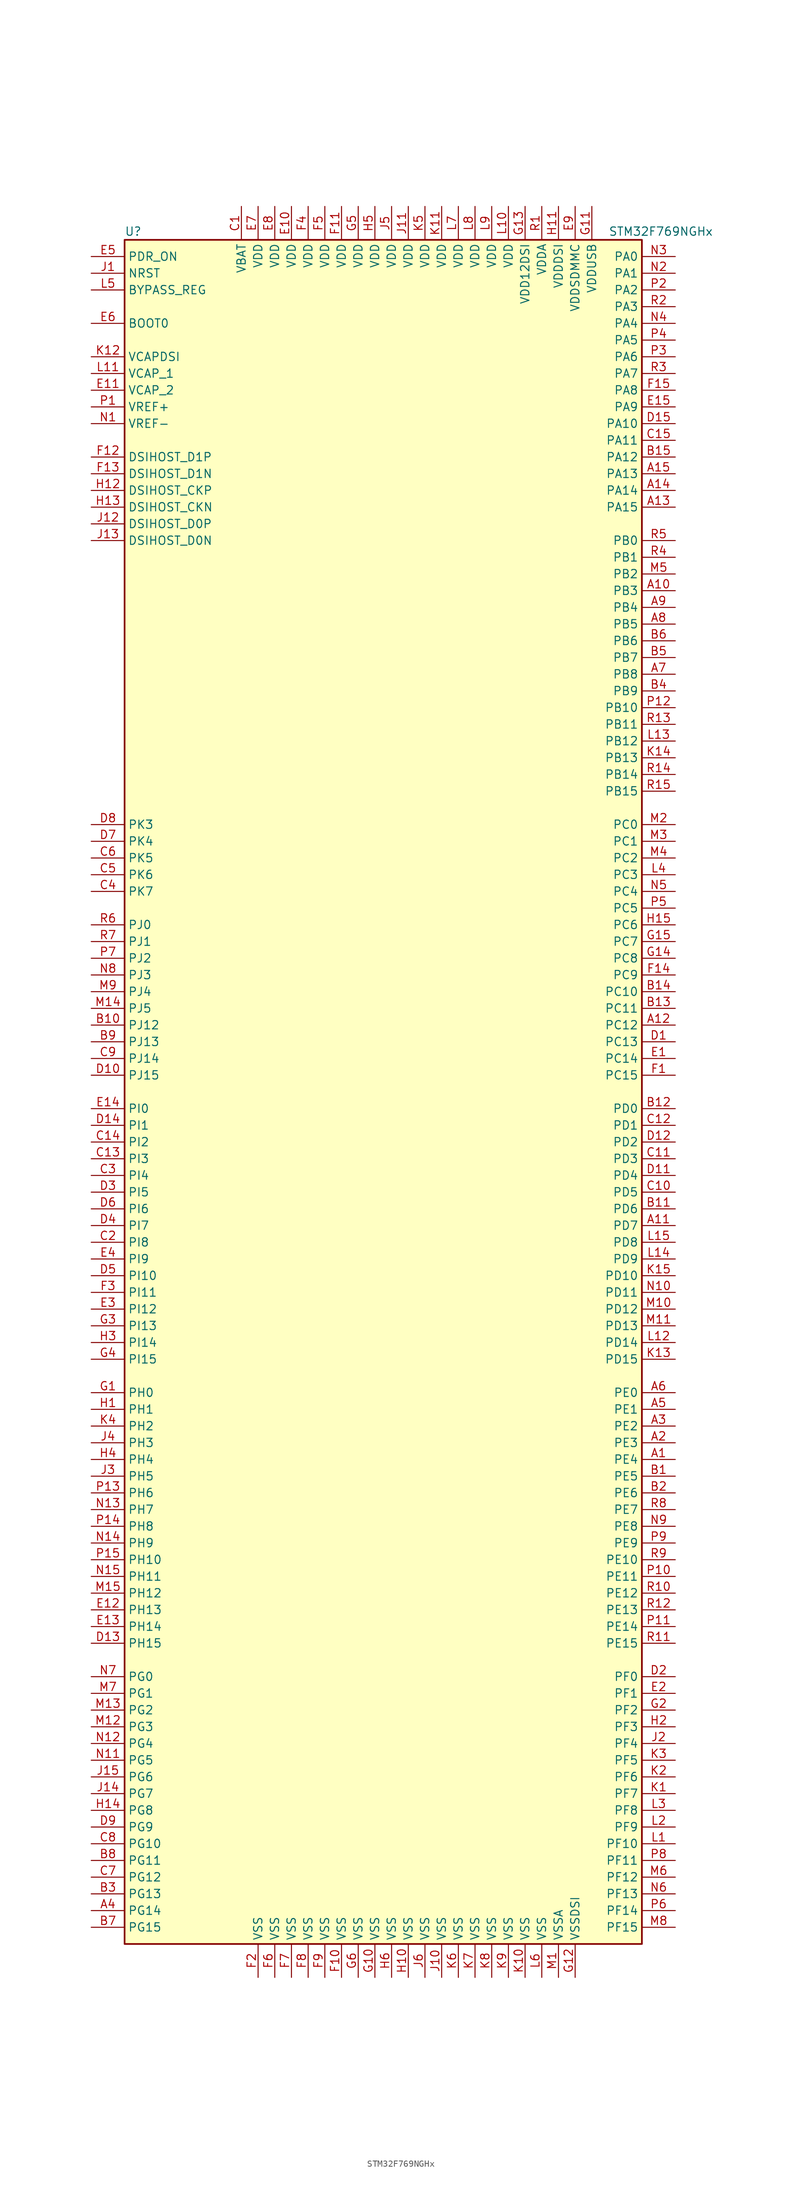
<source format=kicad_sym>
(kicad_symbol_lib
  (version 20211014)
  (generator kicad_symbol_editor)
  (symbol "STM32F769NGHx"
    (property "Reference" "U"
      (at -40.64 130.81 0)
      (effects (font (size 1.27 1.27)) (justify left)))
    (property "Value" "STM32F769NGHx"
      (at 33.02 130.81 0)
      (effects (font (size 1.27 1.27)) (justify left)))
    (symbol "STM32F769NGHx_0_1"
      (rectangle (start -40.64 -129.54) (end 38.1 129.54) (stroke (width 0.254) (type default) (color 0 0 0 0)) (fill (type background))))
    (symbol "STM32F769NGHx_1_1"
      (pin bidirectional line (at 43.18 -55.88 180) (length 5.08) (name "PE4" (effects (font (size 1.27 1.27)))) (number "A1" (effects (font (size 1.27 1.27)))))
      (pin bidirectional line (at 43.18 76.2 180) (length 5.08) (name "PB3" (effects (font (size 1.27 1.27)))) (number "A10" (effects (font (size 1.27 1.27)))))
      (pin bidirectional line (at 43.18 -20.32 180) (length 5.08) (name "PD7" (effects (font (size 1.27 1.27)))) (number "A11" (effects (font (size 1.27 1.27)))))
      (pin bidirectional line (at 43.18 10.16 180) (length 5.08) (name "PC12" (effects (font (size 1.27 1.27)))) (number "A12" (effects (font (size 1.27 1.27)))))
      (pin bidirectional line (at 43.18 88.9 180) (length 5.08) (name "PA15" (effects (font (size 1.27 1.27)))) (number "A13" (effects (font (size 1.27 1.27)))))
      (pin bidirectional line (at 43.18 91.44 180) (length 5.08) (name "PA14" (effects (font (size 1.27 1.27)))) (number "A14" (effects (font (size 1.27 1.27)))))
      (pin bidirectional line (at 43.18 93.98 180) (length 5.08) (name "PA13" (effects (font (size 1.27 1.27)))) (number "A15" (effects (font (size 1.27 1.27)))))
      (pin bidirectional line (at 43.18 -53.34 180) (length 5.08) (name "PE3" (effects (font (size 1.27 1.27)))) (number "A2" (effects (font (size 1.27 1.27)))))
      (pin bidirectional line (at 43.18 -50.8 180) (length 5.08) (name "PE2" (effects (font (size 1.27 1.27)))) (number "A3" (effects (font (size 1.27 1.27)))))
      (pin bidirectional line (at -45.72 -124.46 0) (length 5.08) (name "PG14" (effects (font (size 1.27 1.27)))) (number "A4" (effects (font (size 1.27 1.27)))))
      (pin bidirectional line (at 43.18 -48.26 180) (length 5.08) (name "PE1" (effects (font (size 1.27 1.27)))) (number "A5" (effects (font (size 1.27 1.27)))))
      (pin bidirectional line (at 43.18 -45.72 180) (length 5.08) (name "PE0" (effects (font (size 1.27 1.27)))) (number "A6" (effects (font (size 1.27 1.27)))))
      (pin bidirectional line (at 43.18 63.5 180) (length 5.08) (name "PB8" (effects (font (size 1.27 1.27)))) (number "A7" (effects (font (size 1.27 1.27)))))
      (pin bidirectional line (at 43.18 71.12 180) (length 5.08) (name "PB5" (effects (font (size 1.27 1.27)))) (number "A8" (effects (font (size 1.27 1.27)))))
      (pin bidirectional line (at 43.18 73.66 180) (length 5.08) (name "PB4" (effects (font (size 1.27 1.27)))) (number "A9" (effects (font (size 1.27 1.27)))))
      (pin bidirectional line (at 43.18 -58.42 180) (length 5.08) (name "PE5" (effects (font (size 1.27 1.27)))) (number "B1" (effects (font (size 1.27 1.27)))))
      (pin bidirectional line (at -45.72 10.16 0) (length 5.08) (name "PJ12" (effects (font (size 1.27 1.27)))) (number "B10" (effects (font (size 1.27 1.27)))))
      (pin bidirectional line (at 43.18 -17.78 180) (length 5.08) (name "PD6" (effects (font (size 1.27 1.27)))) (number "B11" (effects (font (size 1.27 1.27)))))
      (pin bidirectional line (at 43.18 -2.54 180) (length 5.08) (name "PD0" (effects (font (size 1.27 1.27)))) (number "B12" (effects (font (size 1.27 1.27)))))
      (pin bidirectional line (at 43.18 12.7 180) (length 5.08) (name "PC11" (effects (font (size 1.27 1.27)))) (number "B13" (effects (font (size 1.27 1.27)))))
      (pin bidirectional line (at 43.18 15.24 180) (length 5.08) (name "PC10" (effects (font (size 1.27 1.27)))) (number "B14" (effects (font (size 1.27 1.27)))))
      (pin bidirectional line (at 43.18 96.52 180) (length 5.08) (name "PA12" (effects (font (size 1.27 1.27)))) (number "B15" (effects (font (size 1.27 1.27)))))
      (pin bidirectional line (at 43.18 -60.96 180) (length 5.08) (name "PE6" (effects (font (size 1.27 1.27)))) (number "B2" (effects (font (size 1.27 1.27)))))
      (pin bidirectional line (at -45.72 -121.92 0) (length 5.08) (name "PG13" (effects (font (size 1.27 1.27)))) (number "B3" (effects (font (size 1.27 1.27)))))
      (pin bidirectional line (at 43.18 60.96 180) (length 5.08) (name "PB9" (effects (font (size 1.27 1.27)))) (number "B4" (effects (font (size 1.27 1.27)))))
      (pin bidirectional line (at 43.18 66.04 180) (length 5.08) (name "PB7" (effects (font (size 1.27 1.27)))) (number "B5" (effects (font (size 1.27 1.27)))))
      (pin bidirectional line (at 43.18 68.58 180) (length 5.08) (name "PB6" (effects (font (size 1.27 1.27)))) (number "B6" (effects (font (size 1.27 1.27)))))
      (pin bidirectional line (at -45.72 -127 0) (length 5.08) (name "PG15" (effects (font (size 1.27 1.27)))) (number "B7" (effects (font (size 1.27 1.27)))))
      (pin bidirectional line (at -45.72 -116.84 0) (length 5.08) (name "PG11" (effects (font (size 1.27 1.27)))) (number "B8" (effects (font (size 1.27 1.27)))))
      (pin bidirectional line (at -45.72 7.62 0) (length 5.08) (name "PJ13" (effects (font (size 1.27 1.27)))) (number "B9" (effects (font (size 1.27 1.27)))))
      (pin power_in line (at -22.86 134.62 270) (length 5.08) (name "VBAT" (effects (font (size 1.27 1.27)))) (number "C1" (effects (font (size 1.27 1.27)))))
      (pin bidirectional line (at 43.18 -15.24 180) (length 5.08) (name "PD5" (effects (font (size 1.27 1.27)))) (number "C10" (effects (font (size 1.27 1.27)))))
      (pin bidirectional line (at 43.18 -10.16 180) (length 5.08) (name "PD3" (effects (font (size 1.27 1.27)))) (number "C11" (effects (font (size 1.27 1.27)))))
      (pin bidirectional line (at 43.18 -5.08 180) (length 5.08) (name "PD1" (effects (font (size 1.27 1.27)))) (number "C12" (effects (font (size 1.27 1.27)))))
      (pin bidirectional line (at -45.72 -10.16 0) (length 5.08) (name "PI3" (effects (font (size 1.27 1.27)))) (number "C13" (effects (font (size 1.27 1.27)))))
      (pin bidirectional line (at -45.72 -7.62 0) (length 5.08) (name "PI2" (effects (font (size 1.27 1.27)))) (number "C14" (effects (font (size 1.27 1.27)))))
      (pin bidirectional line (at 43.18 99.06 180) (length 5.08) (name "PA11" (effects (font (size 1.27 1.27)))) (number "C15" (effects (font (size 1.27 1.27)))))
      (pin bidirectional line (at -45.72 -22.86 0) (length 5.08) (name "PI8" (effects (font (size 1.27 1.27)))) (number "C2" (effects (font (size 1.27 1.27)))))
      (pin bidirectional line (at -45.72 -12.7 0) (length 5.08) (name "PI4" (effects (font (size 1.27 1.27)))) (number "C3" (effects (font (size 1.27 1.27)))))
      (pin bidirectional line (at -45.72 30.48 0) (length 5.08) (name "PK7" (effects (font (size 1.27 1.27)))) (number "C4" (effects (font (size 1.27 1.27)))))
      (pin bidirectional line (at -45.72 33.02 0) (length 5.08) (name "PK6" (effects (font (size 1.27 1.27)))) (number "C5" (effects (font (size 1.27 1.27)))))
      (pin bidirectional line (at -45.72 35.56 0) (length 5.08) (name "PK5" (effects (font (size 1.27 1.27)))) (number "C6" (effects (font (size 1.27 1.27)))))
      (pin bidirectional line (at -45.72 -119.38 0) (length 5.08) (name "PG12" (effects (font (size 1.27 1.27)))) (number "C7" (effects (font (size 1.27 1.27)))))
      (pin bidirectional line (at -45.72 -114.3 0) (length 5.08) (name "PG10" (effects (font (size 1.27 1.27)))) (number "C8" (effects (font (size 1.27 1.27)))))
      (pin bidirectional line (at -45.72 5.08 0) (length 5.08) (name "PJ14" (effects (font (size 1.27 1.27)))) (number "C9" (effects (font (size 1.27 1.27)))))
      (pin bidirectional line (at 43.18 7.62 180) (length 5.08) (name "PC13" (effects (font (size 1.27 1.27)))) (number "D1" (effects (font (size 1.27 1.27)))))
      (pin bidirectional line (at -45.72 2.54 0) (length 5.08) (name "PJ15" (effects (font (size 1.27 1.27)))) (number "D10" (effects (font (size 1.27 1.27)))))
      (pin bidirectional line (at 43.18 -12.7 180) (length 5.08) (name "PD4" (effects (font (size 1.27 1.27)))) (number "D11" (effects (font (size 1.27 1.27)))))
      (pin bidirectional line (at 43.18 -7.62 180) (length 5.08) (name "PD2" (effects (font (size 1.27 1.27)))) (number "D12" (effects (font (size 1.27 1.27)))))
      (pin bidirectional line (at -45.72 -83.82 0) (length 5.08) (name "PH15" (effects (font (size 1.27 1.27)))) (number "D13" (effects (font (size 1.27 1.27)))))
      (pin bidirectional line (at -45.72 -5.08 0) (length 5.08) (name "PI1" (effects (font (size 1.27 1.27)))) (number "D14" (effects (font (size 1.27 1.27)))))
      (pin bidirectional line (at 43.18 101.6 180) (length 5.08) (name "PA10" (effects (font (size 1.27 1.27)))) (number "D15" (effects (font (size 1.27 1.27)))))
      (pin bidirectional line (at 43.18 -88.9 180) (length 5.08) (name "PF0" (effects (font (size 1.27 1.27)))) (number "D2" (effects (font (size 1.27 1.27)))))
      (pin bidirectional line (at -45.72 -15.24 0) (length 5.08) (name "PI5" (effects (font (size 1.27 1.27)))) (number "D3" (effects (font (size 1.27 1.27)))))
      (pin bidirectional line (at -45.72 -20.32 0) (length 5.08) (name "PI7" (effects (font (size 1.27 1.27)))) (number "D4" (effects (font (size 1.27 1.27)))))
      (pin bidirectional line (at -45.72 -27.94 0) (length 5.08) (name "PI10" (effects (font (size 1.27 1.27)))) (number "D5" (effects (font (size 1.27 1.27)))))
      (pin bidirectional line (at -45.72 -17.78 0) (length 5.08) (name "PI6" (effects (font (size 1.27 1.27)))) (number "D6" (effects (font (size 1.27 1.27)))))
      (pin bidirectional line (at -45.72 38.1 0) (length 5.08) (name "PK4" (effects (font (size 1.27 1.27)))) (number "D7" (effects (font (size 1.27 1.27)))))
      (pin bidirectional line (at -45.72 40.64 0) (length 5.08) (name "PK3" (effects (font (size 1.27 1.27)))) (number "D8" (effects (font (size 1.27 1.27)))))
      (pin bidirectional line (at -45.72 -111.76 0) (length 5.08) (name "PG9" (effects (font (size 1.27 1.27)))) (number "D9" (effects (font (size 1.27 1.27)))))
      (pin bidirectional line (at 43.18 5.08 180) (length 5.08) (name "PC14" (effects (font (size 1.27 1.27)))) (number "E1" (effects (font (size 1.27 1.27)))))
      (pin power_in line (at -15.24 134.62 270) (length 5.08) (name "VDD" (effects (font (size 1.27 1.27)))) (number "E10" (effects (font (size 1.27 1.27)))))
      (pin power_in line (at -45.72 106.68 0) (length 5.08) (name "VCAP_2" (effects (font (size 1.27 1.27)))) (number "E11" (effects (font (size 1.27 1.27)))))
      (pin bidirectional line (at -45.72 -78.74 0) (length 5.08) (name "PH13" (effects (font (size 1.27 1.27)))) (number "E12" (effects (font (size 1.27 1.27)))))
      (pin bidirectional line (at -45.72 -81.28 0) (length 5.08) (name "PH14" (effects (font (size 1.27 1.27)))) (number "E13" (effects (font (size 1.27 1.27)))))
      (pin bidirectional line (at -45.72 -2.54 0) (length 5.08) (name "PI0" (effects (font (size 1.27 1.27)))) (number "E14" (effects (font (size 1.27 1.27)))))
      (pin bidirectional line (at 43.18 104.14 180) (length 5.08) (name "PA9" (effects (font (size 1.27 1.27)))) (number "E15" (effects (font (size 1.27 1.27)))))
      (pin bidirectional line (at 43.18 -91.44 180) (length 5.08) (name "PF1" (effects (font (size 1.27 1.27)))) (number "E2" (effects (font (size 1.27 1.27)))))
      (pin bidirectional line (at -45.72 -33.02 0) (length 5.08) (name "PI12" (effects (font (size 1.27 1.27)))) (number "E3" (effects (font (size 1.27 1.27)))))
      (pin bidirectional line (at -45.72 -25.4 0) (length 5.08) (name "PI9" (effects (font (size 1.27 1.27)))) (number "E4" (effects (font (size 1.27 1.27)))))
      (pin input line (at -45.72 127 0) (length 5.08) (name "PDR_ON" (effects (font (size 1.27 1.27)))) (number "E5" (effects (font (size 1.27 1.27)))))
      (pin input line (at -45.72 116.84 0) (length 5.08) (name "BOOT0" (effects (font (size 1.27 1.27)))) (number "E6" (effects (font (size 1.27 1.27)))))
      (pin power_in line (at -20.32 134.62 270) (length 5.08) (name "VDD" (effects (font (size 1.27 1.27)))) (number "E7" (effects (font (size 1.27 1.27)))))
      (pin power_in line (at -17.78 134.62 270) (length 5.08) (name "VDD" (effects (font (size 1.27 1.27)))) (number "E8" (effects (font (size 1.27 1.27)))))
      (pin power_in line (at 27.94 134.62 270) (length 5.08) (name "VDDSDMMC" (effects (font (size 1.27 1.27)))) (number "E9" (effects (font (size 1.27 1.27)))))
      (pin bidirectional line (at 43.18 2.54 180) (length 5.08) (name "PC15" (effects (font (size 1.27 1.27)))) (number "F1" (effects (font (size 1.27 1.27)))))
      (pin power_in line (at -7.62 -134.62 90) (length 5.08) (name "VSS" (effects (font (size 1.27 1.27)))) (number "F10" (effects (font (size 1.27 1.27)))))
      (pin power_in line (at -7.62 134.62 270) (length 5.08) (name "VDD" (effects (font (size 1.27 1.27)))) (number "F11" (effects (font (size 1.27 1.27)))))
      (pin bidirectional line (at -45.72 96.52 0) (length 5.08) (name "DSIHOST_D1P" (effects (font (size 1.27 1.27)))) (number "F12" (effects (font (size 1.27 1.27)))))
      (pin bidirectional line (at -45.72 93.98 0) (length 5.08) (name "DSIHOST_D1N" (effects (font (size 1.27 1.27)))) (number "F13" (effects (font (size 1.27 1.27)))))
      (pin bidirectional line (at 43.18 17.78 180) (length 5.08) (name "PC9" (effects (font (size 1.27 1.27)))) (number "F14" (effects (font (size 1.27 1.27)))))
      (pin bidirectional line (at 43.18 106.68 180) (length 5.08) (name "PA8" (effects (font (size 1.27 1.27)))) (number "F15" (effects (font (size 1.27 1.27)))))
      (pin power_in line (at -20.32 -134.62 90) (length 5.08) (name "VSS" (effects (font (size 1.27 1.27)))) (number "F2" (effects (font (size 1.27 1.27)))))
      (pin bidirectional line (at -45.72 -30.48 0) (length 5.08) (name "PI11" (effects (font (size 1.27 1.27)))) (number "F3" (effects (font (size 1.27 1.27)))))
      (pin power_in line (at -12.7 134.62 270) (length 5.08) (name "VDD" (effects (font (size 1.27 1.27)))) (number "F4" (effects (font (size 1.27 1.27)))))
      (pin power_in line (at -10.16 134.62 270) (length 5.08) (name "VDD" (effects (font (size 1.27 1.27)))) (number "F5" (effects (font (size 1.27 1.27)))))
      (pin power_in line (at -17.78 -134.62 90) (length 5.08) (name "VSS" (effects (font (size 1.27 1.27)))) (number "F6" (effects (font (size 1.27 1.27)))))
      (pin power_in line (at -15.24 -134.62 90) (length 5.08) (name "VSS" (effects (font (size 1.27 1.27)))) (number "F7" (effects (font (size 1.27 1.27)))))
      (pin power_in line (at -12.7 -134.62 90) (length 5.08) (name "VSS" (effects (font (size 1.27 1.27)))) (number "F8" (effects (font (size 1.27 1.27)))))
      (pin power_in line (at -10.16 -134.62 90) (length 5.08) (name "VSS" (effects (font (size 1.27 1.27)))) (number "F9" (effects (font (size 1.27 1.27)))))
      (pin input line (at -45.72 -45.72 0) (length 5.08) (name "PH0" (effects (font (size 1.27 1.27)))) (number "G1" (effects (font (size 1.27 1.27)))))
      (pin power_in line (at -2.54 -134.62 90) (length 5.08) (name "VSS" (effects (font (size 1.27 1.27)))) (number "G10" (effects (font (size 1.27 1.27)))))
      (pin power_in line (at 30.48 134.62 270) (length 5.08) (name "VDDUSB" (effects (font (size 1.27 1.27)))) (number "G11" (effects (font (size 1.27 1.27)))))
      (pin power_in line (at 27.94 -134.62 90) (length 5.08) (name "VSSDSI" (effects (font (size 1.27 1.27)))) (number "G12" (effects (font (size 1.27 1.27)))))
      (pin power_in line (at 20.32 134.62 270) (length 5.08) (name "VDD12DSI" (effects (font (size 1.27 1.27)))) (number "G13" (effects (font (size 1.27 1.27)))))
      (pin bidirectional line (at 43.18 20.32 180) (length 5.08) (name "PC8" (effects (font (size 1.27 1.27)))) (number "G14" (effects (font (size 1.27 1.27)))))
      (pin bidirectional line (at 43.18 22.86 180) (length 5.08) (name "PC7" (effects (font (size 1.27 1.27)))) (number "G15" (effects (font (size 1.27 1.27)))))
      (pin bidirectional line (at 43.18 -93.98 180) (length 5.08) (name "PF2" (effects (font (size 1.27 1.27)))) (number "G2" (effects (font (size 1.27 1.27)))))
      (pin bidirectional line (at -45.72 -35.56 0) (length 5.08) (name "PI13" (effects (font (size 1.27 1.27)))) (number "G3" (effects (font (size 1.27 1.27)))))
      (pin bidirectional line (at -45.72 -40.64 0) (length 5.08) (name "PI15" (effects (font (size 1.27 1.27)))) (number "G4" (effects (font (size 1.27 1.27)))))
      (pin power_in line (at -5.08 134.62 270) (length 5.08) (name "VDD" (effects (font (size 1.27 1.27)))) (number "G5" (effects (font (size 1.27 1.27)))))
      (pin power_in line (at -5.08 -134.62 90) (length 5.08) (name "VSS" (effects (font (size 1.27 1.27)))) (number "G6" (effects (font (size 1.27 1.27)))))
      (pin input line (at -45.72 -48.26 0) (length 5.08) (name "PH1" (effects (font (size 1.27 1.27)))) (number "H1" (effects (font (size 1.27 1.27)))))
      (pin power_in line (at 2.54 -134.62 90) (length 5.08) (name "VSS" (effects (font (size 1.27 1.27)))) (number "H10" (effects (font (size 1.27 1.27)))))
      (pin power_in line (at 25.4 134.62 270) (length 5.08) (name "VDDDSI" (effects (font (size 1.27 1.27)))) (number "H11" (effects (font (size 1.27 1.27)))))
      (pin bidirectional line (at -45.72 91.44 0) (length 5.08) (name "DSIHOST_CKP" (effects (font (size 1.27 1.27)))) (number "H12" (effects (font (size 1.27 1.27)))))
      (pin bidirectional line (at -45.72 88.9 0) (length 5.08) (name "DSIHOST_CKN" (effects (font (size 1.27 1.27)))) (number "H13" (effects (font (size 1.27 1.27)))))
      (pin bidirectional line (at -45.72 -109.22 0) (length 5.08) (name "PG8" (effects (font (size 1.27 1.27)))) (number "H14" (effects (font (size 1.27 1.27)))))
      (pin bidirectional line (at 43.18 25.4 180) (length 5.08) (name "PC6" (effects (font (size 1.27 1.27)))) (number "H15" (effects (font (size 1.27 1.27)))))
      (pin bidirectional line (at 43.18 -96.52 180) (length 5.08) (name "PF3" (effects (font (size 1.27 1.27)))) (number "H2" (effects (font (size 1.27 1.27)))))
      (pin bidirectional line (at -45.72 -38.1 0) (length 5.08) (name "PI14" (effects (font (size 1.27 1.27)))) (number "H3" (effects (font (size 1.27 1.27)))))
      (pin bidirectional line (at -45.72 -55.88 0) (length 5.08) (name "PH4" (effects (font (size 1.27 1.27)))) (number "H4" (effects (font (size 1.27 1.27)))))
      (pin power_in line (at -2.54 134.62 270) (length 5.08) (name "VDD" (effects (font (size 1.27 1.27)))) (number "H5" (effects (font (size 1.27 1.27)))))
      (pin power_in line (at 0 -134.62 90) (length 5.08) (name "VSS" (effects (font (size 1.27 1.27)))) (number "H6" (effects (font (size 1.27 1.27)))))
      (pin input line (at -45.72 124.46 0) (length 5.08) (name "NRST" (effects (font (size 1.27 1.27)))) (number "J1" (effects (font (size 1.27 1.27)))))
      (pin power_in line (at 7.62 -134.62 90) (length 5.08) (name "VSS" (effects (font (size 1.27 1.27)))) (number "J10" (effects (font (size 1.27 1.27)))))
      (pin power_in line (at 2.54 134.62 270) (length 5.08) (name "VDD" (effects (font (size 1.27 1.27)))) (number "J11" (effects (font (size 1.27 1.27)))))
      (pin bidirectional line (at -45.72 86.36 0) (length 5.08) (name "DSIHOST_D0P" (effects (font (size 1.27 1.27)))) (number "J12" (effects (font (size 1.27 1.27)))))
      (pin bidirectional line (at -45.72 83.82 0) (length 5.08) (name "DSIHOST_D0N" (effects (font (size 1.27 1.27)))) (number "J13" (effects (font (size 1.27 1.27)))))
      (pin bidirectional line (at -45.72 -106.68 0) (length 5.08) (name "PG7" (effects (font (size 1.27 1.27)))) (number "J14" (effects (font (size 1.27 1.27)))))
      (pin bidirectional line (at -45.72 -104.14 0) (length 5.08) (name "PG6" (effects (font (size 1.27 1.27)))) (number "J15" (effects (font (size 1.27 1.27)))))
      (pin bidirectional line (at 43.18 -99.06 180) (length 5.08) (name "PF4" (effects (font (size 1.27 1.27)))) (number "J2" (effects (font (size 1.27 1.27)))))
      (pin bidirectional line (at -45.72 -58.42 0) (length 5.08) (name "PH5" (effects (font (size 1.27 1.27)))) (number "J3" (effects (font (size 1.27 1.27)))))
      (pin bidirectional line (at -45.72 -53.34 0) (length 5.08) (name "PH3" (effects (font (size 1.27 1.27)))) (number "J4" (effects (font (size 1.27 1.27)))))
      (pin power_in line (at 0 134.62 270) (length 5.08) (name "VDD" (effects (font (size 1.27 1.27)))) (number "J5" (effects (font (size 1.27 1.27)))))
      (pin power_in line (at 5.08 -134.62 90) (length 5.08) (name "VSS" (effects (font (size 1.27 1.27)))) (number "J6" (effects (font (size 1.27 1.27)))))
      (pin bidirectional line (at 43.18 -106.68 180) (length 5.08) (name "PF7" (effects (font (size 1.27 1.27)))) (number "K1" (effects (font (size 1.27 1.27)))))
      (pin power_in line (at 20.32 -134.62 90) (length 5.08) (name "VSS" (effects (font (size 1.27 1.27)))) (number "K10" (effects (font (size 1.27 1.27)))))
      (pin power_in line (at 7.62 134.62 270) (length 5.08) (name "VDD" (effects (font (size 1.27 1.27)))) (number "K11" (effects (font (size 1.27 1.27)))))
      (pin power_in line (at -45.72 111.76 0) (length 5.08) (name "VCAPDSI" (effects (font (size 1.27 1.27)))) (number "K12" (effects (font (size 1.27 1.27)))))
      (pin bidirectional line (at 43.18 -40.64 180) (length 5.08) (name "PD15" (effects (font (size 1.27 1.27)))) (number "K13" (effects (font (size 1.27 1.27)))))
      (pin bidirectional line (at 43.18 50.8 180) (length 5.08) (name "PB13" (effects (font (size 1.27 1.27)))) (number "K14" (effects (font (size 1.27 1.27)))))
      (pin bidirectional line (at 43.18 -27.94 180) (length 5.08) (name "PD10" (effects (font (size 1.27 1.27)))) (number "K15" (effects (font (size 1.27 1.27)))))
      (pin bidirectional line (at 43.18 -104.14 180) (length 5.08) (name "PF6" (effects (font (size 1.27 1.27)))) (number "K2" (effects (font (size 1.27 1.27)))))
      (pin bidirectional line (at 43.18 -101.6 180) (length 5.08) (name "PF5" (effects (font (size 1.27 1.27)))) (number "K3" (effects (font (size 1.27 1.27)))))
      (pin bidirectional line (at -45.72 -50.8 0) (length 5.08) (name "PH2" (effects (font (size 1.27 1.27)))) (number "K4" (effects (font (size 1.27 1.27)))))
      (pin power_in line (at 5.08 134.62 270) (length 5.08) (name "VDD" (effects (font (size 1.27 1.27)))) (number "K5" (effects (font (size 1.27 1.27)))))
      (pin power_in line (at 10.16 -134.62 90) (length 5.08) (name "VSS" (effects (font (size 1.27 1.27)))) (number "K6" (effects (font (size 1.27 1.27)))))
      (pin power_in line (at 12.7 -134.62 90) (length 5.08) (name "VSS" (effects (font (size 1.27 1.27)))) (number "K7" (effects (font (size 1.27 1.27)))))
      (pin power_in line (at 15.24 -134.62 90) (length 5.08) (name "VSS" (effects (font (size 1.27 1.27)))) (number "K8" (effects (font (size 1.27 1.27)))))
      (pin power_in line (at 17.78 -134.62 90) (length 5.08) (name "VSS" (effects (font (size 1.27 1.27)))) (number "K9" (effects (font (size 1.27 1.27)))))
      (pin bidirectional line (at 43.18 -114.3 180) (length 5.08) (name "PF10" (effects (font (size 1.27 1.27)))) (number "L1" (effects (font (size 1.27 1.27)))))
      (pin power_in line (at 17.78 134.62 270) (length 5.08) (name "VDD" (effects (font (size 1.27 1.27)))) (number "L10" (effects (font (size 1.27 1.27)))))
      (pin power_in line (at -45.72 109.22 0) (length 5.08) (name "VCAP_1" (effects (font (size 1.27 1.27)))) (number "L11" (effects (font (size 1.27 1.27)))))
      (pin bidirectional line (at 43.18 -38.1 180) (length 5.08) (name "PD14" (effects (font (size 1.27 1.27)))) (number "L12" (effects (font (size 1.27 1.27)))))
      (pin bidirectional line (at 43.18 53.34 180) (length 5.08) (name "PB12" (effects (font (size 1.27 1.27)))) (number "L13" (effects (font (size 1.27 1.27)))))
      (pin bidirectional line (at 43.18 -25.4 180) (length 5.08) (name "PD9" (effects (font (size 1.27 1.27)))) (number "L14" (effects (font (size 1.27 1.27)))))
      (pin bidirectional line (at 43.18 -22.86 180) (length 5.08) (name "PD8" (effects (font (size 1.27 1.27)))) (number "L15" (effects (font (size 1.27 1.27)))))
      (pin bidirectional line (at 43.18 -111.76 180) (length 5.08) (name "PF9" (effects (font (size 1.27 1.27)))) (number "L2" (effects (font (size 1.27 1.27)))))
      (pin bidirectional line (at 43.18 -109.22 180) (length 5.08) (name "PF8" (effects (font (size 1.27 1.27)))) (number "L3" (effects (font (size 1.27 1.27)))))
      (pin bidirectional line (at 43.18 33.02 180) (length 5.08) (name "PC3" (effects (font (size 1.27 1.27)))) (number "L4" (effects (font (size 1.27 1.27)))))
      (pin input line (at -45.72 121.92 0) (length 5.08) (name "BYPASS_REG" (effects (font (size 1.27 1.27)))) (number "L5" (effects (font (size 1.27 1.27)))))
      (pin power_in line (at 22.86 -134.62 90) (length 5.08) (name "VSS" (effects (font (size 1.27 1.27)))) (number "L6" (effects (font (size 1.27 1.27)))))
      (pin power_in line (at 10.16 134.62 270) (length 5.08) (name "VDD" (effects (font (size 1.27 1.27)))) (number "L7" (effects (font (size 1.27 1.27)))))
      (pin power_in line (at 12.7 134.62 270) (length 5.08) (name "VDD" (effects (font (size 1.27 1.27)))) (number "L8" (effects (font (size 1.27 1.27)))))
      (pin power_in line (at 15.24 134.62 270) (length 5.08) (name "VDD" (effects (font (size 1.27 1.27)))) (number "L9" (effects (font (size 1.27 1.27)))))
      (pin power_in line (at 25.4 -134.62 90) (length 5.08) (name "VSSA" (effects (font (size 1.27 1.27)))) (number "M1" (effects (font (size 1.27 1.27)))))
      (pin bidirectional line (at 43.18 -33.02 180) (length 5.08) (name "PD12" (effects (font (size 1.27 1.27)))) (number "M10" (effects (font (size 1.27 1.27)))))
      (pin bidirectional line (at 43.18 -35.56 180) (length 5.08) (name "PD13" (effects (font (size 1.27 1.27)))) (number "M11" (effects (font (size 1.27 1.27)))))
      (pin bidirectional line (at -45.72 -96.52 0) (length 5.08) (name "PG3" (effects (font (size 1.27 1.27)))) (number "M12" (effects (font (size 1.27 1.27)))))
      (pin bidirectional line (at -45.72 -93.98 0) (length 5.08) (name "PG2" (effects (font (size 1.27 1.27)))) (number "M13" (effects (font (size 1.27 1.27)))))
      (pin bidirectional line (at -45.72 12.7 0) (length 5.08) (name "PJ5" (effects (font (size 1.27 1.27)))) (number "M14" (effects (font (size 1.27 1.27)))))
      (pin bidirectional line (at -45.72 -76.2 0) (length 5.08) (name "PH12" (effects (font (size 1.27 1.27)))) (number "M15" (effects (font (size 1.27 1.27)))))
      (pin bidirectional line (at 43.18 40.64 180) (length 5.08) (name "PC0" (effects (font (size 1.27 1.27)))) (number "M2" (effects (font (size 1.27 1.27)))))
      (pin bidirectional line (at 43.18 38.1 180) (length 5.08) (name "PC1" (effects (font (size 1.27 1.27)))) (number "M3" (effects (font (size 1.27 1.27)))))
      (pin bidirectional line (at 43.18 35.56 180) (length 5.08) (name "PC2" (effects (font (size 1.27 1.27)))) (number "M4" (effects (font (size 1.27 1.27)))))
      (pin bidirectional line (at 43.18 78.74 180) (length 5.08) (name "PB2" (effects (font (size 1.27 1.27)))) (number "M5" (effects (font (size 1.27 1.27)))))
      (pin bidirectional line (at 43.18 -119.38 180) (length 5.08) (name "PF12" (effects (font (size 1.27 1.27)))) (number "M6" (effects (font (size 1.27 1.27)))))
      (pin bidirectional line (at -45.72 -91.44 0) (length 5.08) (name "PG1" (effects (font (size 1.27 1.27)))) (number "M7" (effects (font (size 1.27 1.27)))))
      (pin bidirectional line (at 43.18 -127 180) (length 5.08) (name "PF15" (effects (font (size 1.27 1.27)))) (number "M8" (effects (font (size 1.27 1.27)))))
      (pin bidirectional line (at -45.72 15.24 0) (length 5.08) (name "PJ4" (effects (font (size 1.27 1.27)))) (number "M9" (effects (font (size 1.27 1.27)))))
      (pin power_in line (at -45.72 101.6 0) (length 5.08) (name "VREF-" (effects (font (size 1.27 1.27)))) (number "N1" (effects (font (size 1.27 1.27)))))
      (pin bidirectional line (at 43.18 -30.48 180) (length 5.08) (name "PD11" (effects (font (size 1.27 1.27)))) (number "N10" (effects (font (size 1.27 1.27)))))
      (pin bidirectional line (at -45.72 -101.6 0) (length 5.08) (name "PG5" (effects (font (size 1.27 1.27)))) (number "N11" (effects (font (size 1.27 1.27)))))
      (pin bidirectional line (at -45.72 -99.06 0) (length 5.08) (name "PG4" (effects (font (size 1.27 1.27)))) (number "N12" (effects (font (size 1.27 1.27)))))
      (pin bidirectional line (at -45.72 -63.5 0) (length 5.08) (name "PH7" (effects (font (size 1.27 1.27)))) (number "N13" (effects (font (size 1.27 1.27)))))
      (pin bidirectional line (at -45.72 -68.58 0) (length 5.08) (name "PH9" (effects (font (size 1.27 1.27)))) (number "N14" (effects (font (size 1.27 1.27)))))
      (pin bidirectional line (at -45.72 -73.66 0) (length 5.08) (name "PH11" (effects (font (size 1.27 1.27)))) (number "N15" (effects (font (size 1.27 1.27)))))
      (pin bidirectional line (at 43.18 124.46 180) (length 5.08) (name "PA1" (effects (font (size 1.27 1.27)))) (number "N2" (effects (font (size 1.27 1.27)))))
      (pin bidirectional line (at 43.18 127 180) (length 5.08) (name "PA0" (effects (font (size 1.27 1.27)))) (number "N3" (effects (font (size 1.27 1.27)))))
      (pin bidirectional line (at 43.18 116.84 180) (length 5.08) (name "PA4" (effects (font (size 1.27 1.27)))) (number "N4" (effects (font (size 1.27 1.27)))))
      (pin bidirectional line (at 43.18 30.48 180) (length 5.08) (name "PC4" (effects (font (size 1.27 1.27)))) (number "N5" (effects (font (size 1.27 1.27)))))
      (pin bidirectional line (at 43.18 -121.92 180) (length 5.08) (name "PF13" (effects (font (size 1.27 1.27)))) (number "N6" (effects (font (size 1.27 1.27)))))
      (pin bidirectional line (at -45.72 -88.9 0) (length 5.08) (name "PG0" (effects (font (size 1.27 1.27)))) (number "N7" (effects (font (size 1.27 1.27)))))
      (pin bidirectional line (at -45.72 17.78 0) (length 5.08) (name "PJ3" (effects (font (size 1.27 1.27)))) (number "N8" (effects (font (size 1.27 1.27)))))
      (pin bidirectional line (at 43.18 -66.04 180) (length 5.08) (name "PE8" (effects (font (size 1.27 1.27)))) (number "N9" (effects (font (size 1.27 1.27)))))
      (pin power_in line (at -45.72 104.14 0) (length 5.08) (name "VREF+" (effects (font (size 1.27 1.27)))) (number "P1" (effects (font (size 1.27 1.27)))))
      (pin bidirectional line (at 43.18 -73.66 180) (length 5.08) (name "PE11" (effects (font (size 1.27 1.27)))) (number "P10" (effects (font (size 1.27 1.27)))))
      (pin bidirectional line (at 43.18 -81.28 180) (length 5.08) (name "PE14" (effects (font (size 1.27 1.27)))) (number "P11" (effects (font (size 1.27 1.27)))))
      (pin bidirectional line (at 43.18 58.42 180) (length 5.08) (name "PB10" (effects (font (size 1.27 1.27)))) (number "P12" (effects (font (size 1.27 1.27)))))
      (pin bidirectional line (at -45.72 -60.96 0) (length 5.08) (name "PH6" (effects (font (size 1.27 1.27)))) (number "P13" (effects (font (size 1.27 1.27)))))
      (pin bidirectional line (at -45.72 -66.04 0) (length 5.08) (name "PH8" (effects (font (size 1.27 1.27)))) (number "P14" (effects (font (size 1.27 1.27)))))
      (pin bidirectional line (at -45.72 -71.12 0) (length 5.08) (name "PH10" (effects (font (size 1.27 1.27)))) (number "P15" (effects (font (size 1.27 1.27)))))
      (pin bidirectional line (at 43.18 121.92 180) (length 5.08) (name "PA2" (effects (font (size 1.27 1.27)))) (number "P2" (effects (font (size 1.27 1.27)))))
      (pin bidirectional line (at 43.18 111.76 180) (length 5.08) (name "PA6" (effects (font (size 1.27 1.27)))) (number "P3" (effects (font (size 1.27 1.27)))))
      (pin bidirectional line (at 43.18 114.3 180) (length 5.08) (name "PA5" (effects (font (size 1.27 1.27)))) (number "P4" (effects (font (size 1.27 1.27)))))
      (pin bidirectional line (at 43.18 27.94 180) (length 5.08) (name "PC5" (effects (font (size 1.27 1.27)))) (number "P5" (effects (font (size 1.27 1.27)))))
      (pin bidirectional line (at 43.18 -124.46 180) (length 5.08) (name "PF14" (effects (font (size 1.27 1.27)))) (number "P6" (effects (font (size 1.27 1.27)))))
      (pin bidirectional line (at -45.72 20.32 0) (length 5.08) (name "PJ2" (effects (font (size 1.27 1.27)))) (number "P7" (effects (font (size 1.27 1.27)))))
      (pin bidirectional line (at 43.18 -116.84 180) (length 5.08) (name "PF11" (effects (font (size 1.27 1.27)))) (number "P8" (effects (font (size 1.27 1.27)))))
      (pin bidirectional line (at 43.18 -68.58 180) (length 5.08) (name "PE9" (effects (font (size 1.27 1.27)))) (number "P9" (effects (font (size 1.27 1.27)))))
      (pin power_in line (at 22.86 134.62 270) (length 5.08) (name "VDDA" (effects (font (size 1.27 1.27)))) (number "R1" (effects (font (size 1.27 1.27)))))
      (pin bidirectional line (at 43.18 -76.2 180) (length 5.08) (name "PE12" (effects (font (size 1.27 1.27)))) (number "R10" (effects (font (size 1.27 1.27)))))
      (pin bidirectional line (at 43.18 -83.82 180) (length 5.08) (name "PE15" (effects (font (size 1.27 1.27)))) (number "R11" (effects (font (size 1.27 1.27)))))
      (pin bidirectional line (at 43.18 -78.74 180) (length 5.08) (name "PE13" (effects (font (size 1.27 1.27)))) (number "R12" (effects (font (size 1.27 1.27)))))
      (pin bidirectional line (at 43.18 55.88 180) (length 5.08) (name "PB11" (effects (font (size 1.27 1.27)))) (number "R13" (effects (font (size 1.27 1.27)))))
      (pin bidirectional line (at 43.18 48.26 180) (length 5.08) (name "PB14" (effects (font (size 1.27 1.27)))) (number "R14" (effects (font (size 1.27 1.27)))))
      (pin bidirectional line (at 43.18 45.72 180) (length 5.08) (name "PB15" (effects (font (size 1.27 1.27)))) (number "R15" (effects (font (size 1.27 1.27)))))
      (pin bidirectional line (at 43.18 119.38 180) (length 5.08) (name "PA3" (effects (font (size 1.27 1.27)))) (number "R2" (effects (font (size 1.27 1.27)))))
      (pin bidirectional line (at 43.18 109.22 180) (length 5.08) (name "PA7" (effects (font (size 1.27 1.27)))) (number "R3" (effects (font (size 1.27 1.27)))))
      (pin bidirectional line (at 43.18 81.28 180) (length 5.08) (name "PB1" (effects (font (size 1.27 1.27)))) (number "R4" (effects (font (size 1.27 1.27)))))
      (pin bidirectional line (at 43.18 83.82 180) (length 5.08) (name "PB0" (effects (font (size 1.27 1.27)))) (number "R5" (effects (font (size 1.27 1.27)))))
      (pin bidirectional line (at -45.72 25.4 0) (length 5.08) (name "PJ0" (effects (font (size 1.27 1.27)))) (number "R6" (effects (font (size 1.27 1.27)))))
      (pin bidirectional line (at -45.72 22.86 0) (length 5.08) (name "PJ1" (effects (font (size 1.27 1.27)))) (number "R7" (effects (font (size 1.27 1.27)))))
      (pin bidirectional line (at 43.18 -63.5 180) (length 5.08) (name "PE7" (effects (font (size 1.27 1.27)))) (number "R8" (effects (font (size 1.27 1.27)))))
      (pin bidirectional line (at 43.18 -71.12 180) (length 5.08) (name "PE10" (effects (font (size 1.27 1.27)))) (number "R9" (effects (font (size 1.27 1.27))))))))
</source>
